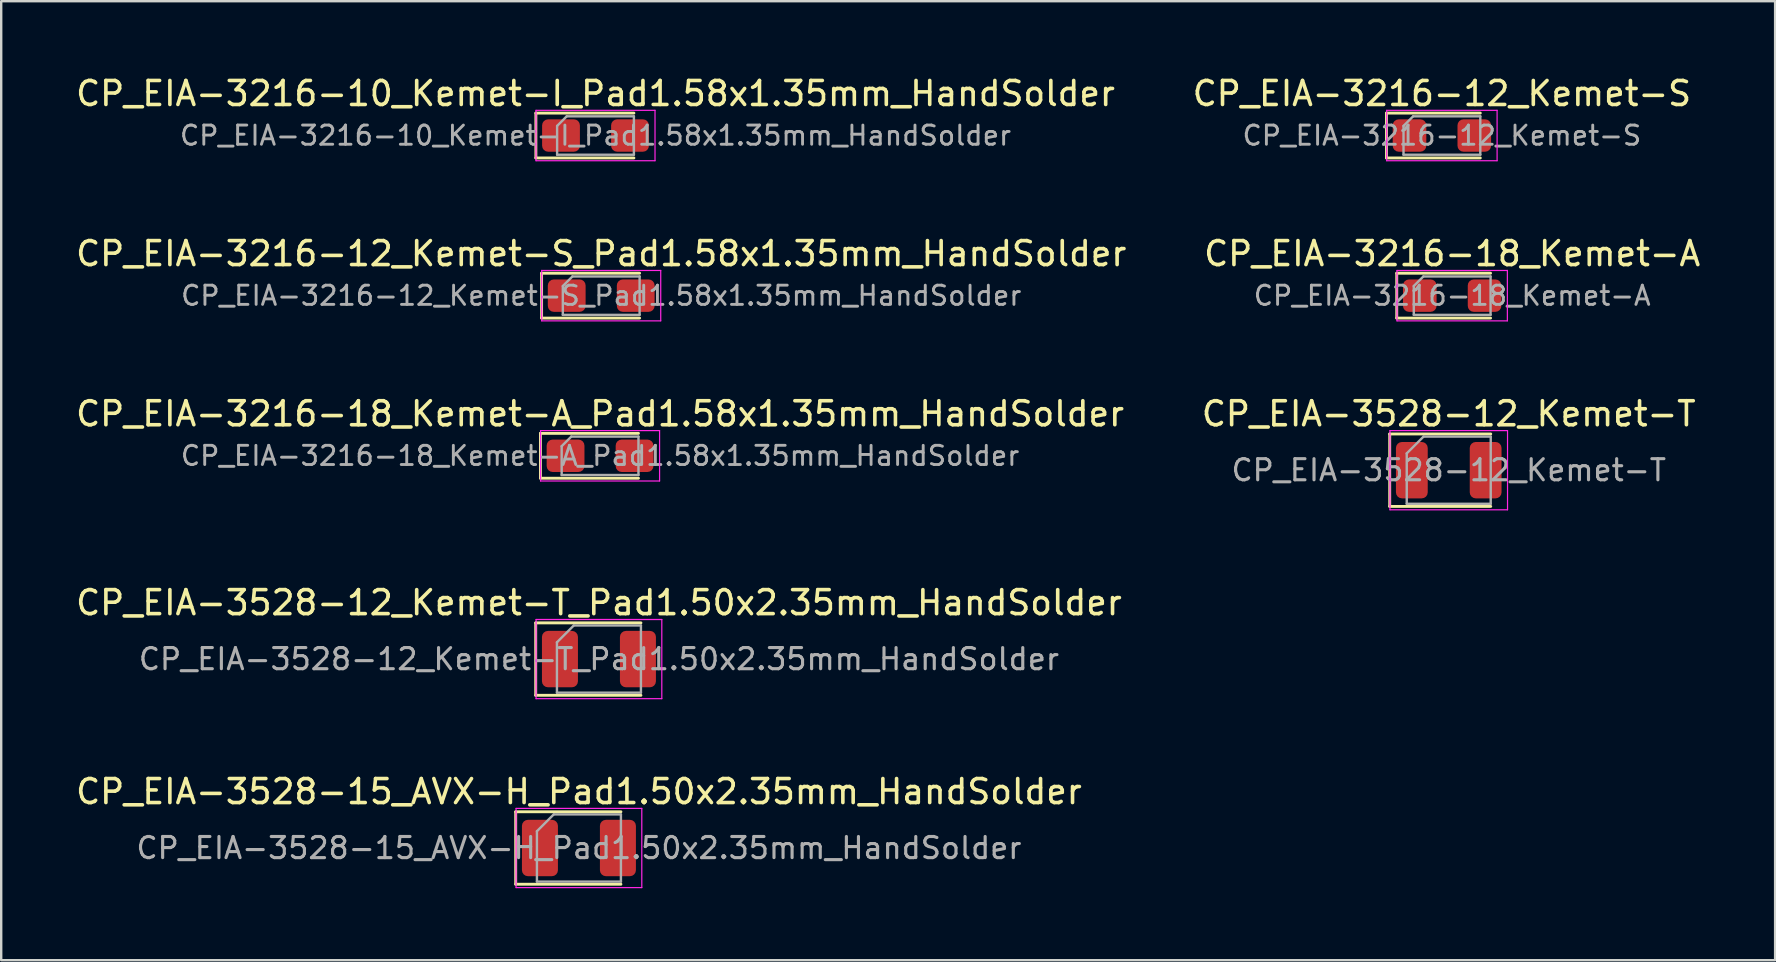
<source format=kicad_pcb>
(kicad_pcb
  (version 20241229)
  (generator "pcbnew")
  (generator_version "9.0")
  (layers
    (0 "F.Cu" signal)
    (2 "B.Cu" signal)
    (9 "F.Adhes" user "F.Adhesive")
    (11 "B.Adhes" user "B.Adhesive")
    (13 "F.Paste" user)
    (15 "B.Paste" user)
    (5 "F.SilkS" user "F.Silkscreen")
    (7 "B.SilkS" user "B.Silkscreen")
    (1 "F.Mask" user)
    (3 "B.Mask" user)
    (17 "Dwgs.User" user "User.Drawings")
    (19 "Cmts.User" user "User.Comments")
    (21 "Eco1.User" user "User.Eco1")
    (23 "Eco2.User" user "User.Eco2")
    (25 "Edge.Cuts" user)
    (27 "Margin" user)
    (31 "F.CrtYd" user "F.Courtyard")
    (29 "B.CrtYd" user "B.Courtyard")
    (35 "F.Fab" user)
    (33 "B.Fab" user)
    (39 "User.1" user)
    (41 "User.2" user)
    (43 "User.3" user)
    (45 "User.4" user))
  (footprint "CP_EIA-3528-12_Kemet-T_Pad1.50x2.35mm_HandSolder"
    (layer "F.Cu")
    (at 21.911 24.418)
    (property "Reference" "CP_EIA-3528-12_Kemet-T_Pad1.50x2.35mm_HandSolder" (at 0 -2.35 0) (layer "F.SilkS") (effects (font (size 1 1) (thickness 0.15))))
    (attr smd)
    (fp_line (start -2.635 -1.51) (end -2.635 1.51) (stroke (width 0.12) (type solid)) (layer "F.SilkS"))
    (fp_line (start -2.635 1.51) (end 1.75 1.51) (stroke (width 0.12) (type solid)) (layer "F.SilkS"))
    (fp_line (start 1.75 -1.51) (end -2.635 -1.51) (stroke (width 0.12) (type solid)) (layer "F.SilkS"))
    (fp_line (start -2.62 -1.65) (end 2.62 -1.65) (stroke (width 0.05) (type solid)) (layer "F.CrtYd"))
    (fp_line (start -2.62 1.65) (end -2.62 -1.65) (stroke (width 0.05) (type solid)) (layer "F.CrtYd"))
    (fp_line (start 2.62 -1.65) (end 2.62 1.65) (stroke (width 0.05) (type solid)) (layer "F.CrtYd"))
    (fp_line (start 2.62 1.65) (end -2.62 1.65) (stroke (width 0.05) (type solid)) (layer "F.CrtYd"))
    (fp_line (start -1.75 -0.7) (end -1.75 1.4) (stroke (width 0.1) (type solid)) (layer "F.Fab"))
    (fp_line (start -1.75 1.4) (end 1.75 1.4) (stroke (width 0.1) (type solid)) (layer "F.Fab"))
    (fp_line (start -1.05 -1.4) (end -1.75 -0.7) (stroke (width 0.1) (type solid)) (layer "F.Fab"))
    (fp_line (start 1.75 -1.4) (end -1.05 -1.4) (stroke (width 0.1) (type solid)) (layer "F.Fab"))
    (fp_line (start 1.75 1.4) (end 1.75 -1.4) (stroke (width 0.1) (type solid)) (layer "F.Fab"))
    (fp_text user "${REFERENCE}" (at 0 0 0) (layer "F.Fab") (effects (font (size 0.88 0.88) (thickness 0.13))))
    (pad "1" smd roundrect (at -1.625 0) (size 1.5 2.35) (layers "F.Cu" "F.Mask" "F.Paste") (roundrect_rratio 0.167))
    (pad "2" smd roundrect (at 1.625 0) (size 1.5 2.35) (layers "F.Cu" "F.Mask" "F.Paste") (roundrect_rratio 0.167)))
  (footprint "CP_EIA-3216-18_Kemet-A"
    (layer "F.Cu")
    (at 57.47 9.271)
    (property "Reference" "CP_EIA-3216-18_Kemet-A" (at 0 -1.75 0) (layer "F.SilkS") (effects (font (size 1 1) (thickness 0.15))))
    (attr smd)
    (fp_line (start -2.31 -0.935) (end -2.31 0.935) (stroke (width 0.12) (type solid)) (layer "F.SilkS"))
    (fp_line (start -2.31 0.935) (end 1.6 0.935) (stroke (width 0.12) (type solid)) (layer "F.SilkS"))
    (fp_line (start 1.6 -0.935) (end -2.31 -0.935) (stroke (width 0.12) (type solid)) (layer "F.SilkS"))
    (fp_line (start -2.3 -1.05) (end 2.3 -1.05) (stroke (width 0.05) (type solid)) (layer "F.CrtYd"))
    (fp_line (start -2.3 1.05) (end -2.3 -1.05) (stroke (width 0.05) (type solid)) (layer "F.CrtYd"))
    (fp_line (start 2.3 -1.05) (end 2.3 1.05) (stroke (width 0.05) (type solid)) (layer "F.CrtYd"))
    (fp_line (start 2.3 1.05) (end -2.3 1.05) (stroke (width 0.05) (type solid)) (layer "F.CrtYd"))
    (fp_line (start -1.6 -0.4) (end -1.6 0.8) (stroke (width 0.1) (type solid)) (layer "F.Fab"))
    (fp_line (start -1.6 0.8) (end 1.6 0.8) (stroke (width 0.1) (type solid)) (layer "F.Fab"))
    (fp_line (start -1.2 -0.8) (end -1.6 -0.4) (stroke (width 0.1) (type solid)) (layer "F.Fab"))
    (fp_line (start 1.6 -0.8) (end -1.2 -0.8) (stroke (width 0.1) (type solid)) (layer "F.Fab"))
    (fp_line (start 1.6 0.8) (end 1.6 -0.8) (stroke (width 0.1) (type solid)) (layer "F.Fab"))
    (fp_text user "${REFERENCE}" (at 0 0 0) (layer "F.Fab") (effects (font (size 0.8 0.8) (thickness 0.12))))
    (pad "1" smd roundrect (at -1.35 0) (size 1.4 1.35) (layers "F.Cu" "F.Mask" "F.Paste") (roundrect_rratio 0.185))
    (pad "2" smd roundrect (at 1.35 0) (size 1.4 1.35) (layers "F.Cu" "F.Mask" "F.Paste") (roundrect_rratio 0.185)))
  (footprint "CP_EIA-3216-12_Kemet-S"
    (layer "F.Cu")
    (at 57.042 2.598)
    (property "Reference" "CP_EIA-3216-12_Kemet-S" (at 0 -1.75 0) (layer "F.SilkS") (effects (font (size 1 1) (thickness 0.15))))
    (attr smd)
    (fp_line (start -2.31 -0.935) (end -2.31 0.935) (stroke (width 0.12) (type solid)) (layer "F.SilkS"))
    (fp_line (start -2.31 0.935) (end 1.6 0.935) (stroke (width 0.12) (type solid)) (layer "F.SilkS"))
    (fp_line (start 1.6 -0.935) (end -2.31 -0.935) (stroke (width 0.12) (type solid)) (layer "F.SilkS"))
    (fp_line (start -2.3 -1.05) (end 2.3 -1.05) (stroke (width 0.05) (type solid)) (layer "F.CrtYd"))
    (fp_line (start -2.3 1.05) (end -2.3 -1.05) (stroke (width 0.05) (type solid)) (layer "F.CrtYd"))
    (fp_line (start 2.3 -1.05) (end 2.3 1.05) (stroke (width 0.05) (type solid)) (layer "F.CrtYd"))
    (fp_line (start 2.3 1.05) (end -2.3 1.05) (stroke (width 0.05) (type solid)) (layer "F.CrtYd"))
    (fp_line (start -1.6 -0.4) (end -1.6 0.8) (stroke (width 0.1) (type solid)) (layer "F.Fab"))
    (fp_line (start -1.6 0.8) (end 1.6 0.8) (stroke (width 0.1) (type solid)) (layer "F.Fab"))
    (fp_line (start -1.2 -0.8) (end -1.6 -0.4) (stroke (width 0.1) (type solid)) (layer "F.Fab"))
    (fp_line (start 1.6 -0.8) (end -1.2 -0.8) (stroke (width 0.1) (type solid)) (layer "F.Fab"))
    (fp_line (start 1.6 0.8) (end 1.6 -0.8) (stroke (width 0.1) (type solid)) (layer "F.Fab"))
    (fp_text user "${REFERENCE}" (at 0 0 0) (layer "F.Fab") (effects (font (size 0.8 0.8) (thickness 0.12))))
    (pad "1" smd roundrect (at -1.35 0) (size 1.4 1.35) (layers "F.Cu" "F.Mask" "F.Paste") (roundrect_rratio 0.185))
    (pad "2" smd roundrect (at 1.35 0) (size 1.4 1.35) (layers "F.Cu" "F.Mask" "F.Paste") (roundrect_rratio 0.185)))
  (footprint "CP_EIA-3216-10_Kemet-I_Pad1.58x1.35mm_HandSolder"
    (layer "F.Cu")
    (at 21.768 2.598)
    (property "Reference" "CP_EIA-3216-10_Kemet-I_Pad1.58x1.35mm_HandSolder" (at 0 -1.75 0) (layer "F.SilkS") (effects (font (size 1 1) (thickness 0.15))))
    (attr smd)
    (fp_line (start -2.485 -0.935) (end -2.485 0.935) (stroke (width 0.12) (type solid)) (layer "F.SilkS"))
    (fp_line (start -2.485 0.935) (end 1.6 0.935) (stroke (width 0.12) (type solid)) (layer "F.SilkS"))
    (fp_line (start 1.6 -0.935) (end -2.485 -0.935) (stroke (width 0.12) (type solid)) (layer "F.SilkS"))
    (fp_line (start -2.48 -1.05) (end 2.48 -1.05) (stroke (width 0.05) (type solid)) (layer "F.CrtYd"))
    (fp_line (start -2.48 1.05) (end -2.48 -1.05) (stroke (width 0.05) (type solid)) (layer "F.CrtYd"))
    (fp_line (start 2.48 -1.05) (end 2.48 1.05) (stroke (width 0.05) (type solid)) (layer "F.CrtYd"))
    (fp_line (start 2.48 1.05) (end -2.48 1.05) (stroke (width 0.05) (type solid)) (layer "F.CrtYd"))
    (fp_line (start -1.6 -0.4) (end -1.6 0.8) (stroke (width 0.1) (type solid)) (layer "F.Fab"))
    (fp_line (start -1.6 0.8) (end 1.6 0.8) (stroke (width 0.1) (type solid)) (layer "F.Fab"))
    (fp_line (start -1.2 -0.8) (end -1.6 -0.4) (stroke (width 0.1) (type solid)) (layer "F.Fab"))
    (fp_line (start 1.6 -0.8) (end -1.2 -0.8) (stroke (width 0.1) (type solid)) (layer "F.Fab"))
    (fp_line (start 1.6 0.8) (end 1.6 -0.8) (stroke (width 0.1) (type solid)) (layer "F.Fab"))
    (fp_text user "${REFERENCE}" (at 0 0 0) (layer "F.Fab") (effects (font (size 0.8 0.8) (thickness 0.12))))
    (pad "1" smd roundrect (at -1.438 0) (size 1.575 1.35) (layers "F.Cu" "F.Mask" "F.Paste") (roundrect_rratio 0.185))
    (pad "2" smd roundrect (at 1.438 0) (size 1.575 1.35) (layers "F.Cu" "F.Mask" "F.Paste") (roundrect_rratio 0.185)))
  (footprint "CP_EIA-3528-15_AVX-H_Pad1.50x2.35mm_HandSolder"
    (layer "F.Cu")
    (at 21.077 32.291)
    (property "Reference" "CP_EIA-3528-15_AVX-H_Pad1.50x2.35mm_HandSolder" (at 0 -2.35 0) (layer "F.SilkS") (effects (font (size 1 1) (thickness 0.15))))
    (attr smd)
    (fp_line (start -2.635 -1.51) (end -2.635 1.51) (stroke (width 0.12) (type solid)) (layer "F.SilkS"))
    (fp_line (start -2.635 1.51) (end 1.75 1.51) (stroke (width 0.12) (type solid)) (layer "F.SilkS"))
    (fp_line (start 1.75 -1.51) (end -2.635 -1.51) (stroke (width 0.12) (type solid)) (layer "F.SilkS"))
    (fp_line (start -2.62 -1.65) (end 2.62 -1.65) (stroke (width 0.05) (type solid)) (layer "F.CrtYd"))
    (fp_line (start -2.62 1.65) (end -2.62 -1.65) (stroke (width 0.05) (type solid)) (layer "F.CrtYd"))
    (fp_line (start 2.62 -1.65) (end 2.62 1.65) (stroke (width 0.05) (type solid)) (layer "F.CrtYd"))
    (fp_line (start 2.62 1.65) (end -2.62 1.65) (stroke (width 0.05) (type solid)) (layer "F.CrtYd"))
    (fp_line (start -1.75 -0.7) (end -1.75 1.4) (stroke (width 0.1) (type solid)) (layer "F.Fab"))
    (fp_line (start -1.75 1.4) (end 1.75 1.4) (stroke (width 0.1) (type solid)) (layer "F.Fab"))
    (fp_line (start -1.05 -1.4) (end -1.75 -0.7) (stroke (width 0.1) (type solid)) (layer "F.Fab"))
    (fp_line (start 1.75 -1.4) (end -1.05 -1.4) (stroke (width 0.1) (type solid)) (layer "F.Fab"))
    (fp_line (start 1.75 1.4) (end 1.75 -1.4) (stroke (width 0.1) (type solid)) (layer "F.Fab"))
    (fp_text user "${REFERENCE}" (at 0 0 0) (layer "F.Fab") (effects (font (size 0.88 0.88) (thickness 0.13))))
    (pad "1" smd roundrect (at -1.625 0) (size 1.5 2.35) (layers "F.Cu" "F.Mask" "F.Paste") (roundrect_rratio 0.167))
    (pad "2" smd roundrect (at 1.625 0) (size 1.5 2.35) (layers "F.Cu" "F.Mask" "F.Paste") (roundrect_rratio 0.167)))
  (footprint "CP_EIA-3528-12_Kemet-T"
    (layer "F.Cu")
    (at 57.327 16.545)
    (property "Reference" "CP_EIA-3528-12_Kemet-T" (at 0 -2.35 0) (layer "F.SilkS") (effects (font (size 1 1) (thickness 0.15))))
    (attr smd)
    (fp_line (start -2.46 -1.51) (end -2.46 1.51) (stroke (width 0.12) (type solid)) (layer "F.SilkS"))
    (fp_line (start -2.46 1.51) (end 1.75 1.51) (stroke (width 0.12) (type solid)) (layer "F.SilkS"))
    (fp_line (start 1.75 -1.51) (end -2.46 -1.51) (stroke (width 0.12) (type solid)) (layer "F.SilkS"))
    (fp_line (start -2.45 -1.65) (end 2.45 -1.65) (stroke (width 0.05) (type solid)) (layer "F.CrtYd"))
    (fp_line (start -2.45 1.65) (end -2.45 -1.65) (stroke (width 0.05) (type solid)) (layer "F.CrtYd"))
    (fp_line (start 2.45 -1.65) (end 2.45 1.65) (stroke (width 0.05) (type solid)) (layer "F.CrtYd"))
    (fp_line (start 2.45 1.65) (end -2.45 1.65) (stroke (width 0.05) (type solid)) (layer "F.CrtYd"))
    (fp_line (start -1.75 -0.7) (end -1.75 1.4) (stroke (width 0.1) (type solid)) (layer "F.Fab"))
    (fp_line (start -1.75 1.4) (end 1.75 1.4) (stroke (width 0.1) (type solid)) (layer "F.Fab"))
    (fp_line (start -1.05 -1.4) (end -1.75 -0.7) (stroke (width 0.1) (type solid)) (layer "F.Fab"))
    (fp_line (start 1.75 -1.4) (end -1.05 -1.4) (stroke (width 0.1) (type solid)) (layer "F.Fab"))
    (fp_line (start 1.75 1.4) (end 1.75 -1.4) (stroke (width 0.1) (type solid)) (layer "F.Fab"))
    (fp_text user "${REFERENCE}" (at 0 0 0) (layer "F.Fab") (effects (font (size 0.88 0.88) (thickness 0.13))))
    (pad "1" smd roundrect (at -1.538 0) (size 1.325 2.35) (layers "F.Cu" "F.Mask" "F.Paste") (roundrect_rratio 0.189))
    (pad "2" smd roundrect (at 1.538 0) (size 1.325 2.35) (layers "F.Cu" "F.Mask" "F.Paste") (roundrect_rratio 0.189)))
  (footprint "CP_EIA-3216-18_Kemet-A_Pad1.58x1.35mm_HandSolder"
    (layer "F.Cu")
    (at 21.958 15.945)
    (property "Reference" "CP_EIA-3216-18_Kemet-A_Pad1.58x1.35mm_HandSolder" (at 0 -1.75 0) (layer "F.SilkS") (effects (font (size 1 1) (thickness 0.15))))
    (attr smd)
    (fp_line (start -2.485 -0.935) (end -2.485 0.935) (stroke (width 0.12) (type solid)) (layer "F.SilkS"))
    (fp_line (start -2.485 0.935) (end 1.6 0.935) (stroke (width 0.12) (type solid)) (layer "F.SilkS"))
    (fp_line (start 1.6 -0.935) (end -2.485 -0.935) (stroke (width 0.12) (type solid)) (layer "F.SilkS"))
    (fp_line (start -2.48 -1.05) (end 2.48 -1.05) (stroke (width 0.05) (type solid)) (layer "F.CrtYd"))
    (fp_line (start -2.48 1.05) (end -2.48 -1.05) (stroke (width 0.05) (type solid)) (layer "F.CrtYd"))
    (fp_line (start 2.48 -1.05) (end 2.48 1.05) (stroke (width 0.05) (type solid)) (layer "F.CrtYd"))
    (fp_line (start 2.48 1.05) (end -2.48 1.05) (stroke (width 0.05) (type solid)) (layer "F.CrtYd"))
    (fp_line (start -1.6 -0.4) (end -1.6 0.8) (stroke (width 0.1) (type solid)) (layer "F.Fab"))
    (fp_line (start -1.6 0.8) (end 1.6 0.8) (stroke (width 0.1) (type solid)) (layer "F.Fab"))
    (fp_line (start -1.2 -0.8) (end -1.6 -0.4) (stroke (width 0.1) (type solid)) (layer "F.Fab"))
    (fp_line (start 1.6 -0.8) (end -1.2 -0.8) (stroke (width 0.1) (type solid)) (layer "F.Fab"))
    (fp_line (start 1.6 0.8) (end 1.6 -0.8) (stroke (width 0.1) (type solid)) (layer "F.Fab"))
    (fp_text user "${REFERENCE}" (at 0 0 0) (layer "F.Fab") (effects (font (size 0.8 0.8) (thickness 0.12))))
    (pad "1" smd roundrect (at -1.438 0) (size 1.575 1.35) (layers "F.Cu" "F.Mask" "F.Paste") (roundrect_rratio 0.185))
    (pad "2" smd roundrect (at 1.438 0) (size 1.575 1.35) (layers "F.Cu" "F.Mask" "F.Paste") (roundrect_rratio 0.185)))
  (footprint "CP_EIA-3216-12_Kemet-S_Pad1.58x1.35mm_HandSolder"
    (layer "F.Cu")
    (at 22.006 9.271)
    (property "Reference" "CP_EIA-3216-12_Kemet-S_Pad1.58x1.35mm_HandSolder" (at 0 -1.75 0) (layer "F.SilkS") (effects (font (size 1 1) (thickness 0.15))))
    (attr smd)
    (fp_line (start -2.485 -0.935) (end -2.485 0.935) (stroke (width 0.12) (type solid)) (layer "F.SilkS"))
    (fp_line (start -2.485 0.935) (end 1.6 0.935) (stroke (width 0.12) (type solid)) (layer "F.SilkS"))
    (fp_line (start 1.6 -0.935) (end -2.485 -0.935) (stroke (width 0.12) (type solid)) (layer "F.SilkS"))
    (fp_line (start -2.48 -1.05) (end 2.48 -1.05) (stroke (width 0.05) (type solid)) (layer "F.CrtYd"))
    (fp_line (start -2.48 1.05) (end -2.48 -1.05) (stroke (width 0.05) (type solid)) (layer "F.CrtYd"))
    (fp_line (start 2.48 -1.05) (end 2.48 1.05) (stroke (width 0.05) (type solid)) (layer "F.CrtYd"))
    (fp_line (start 2.48 1.05) (end -2.48 1.05) (stroke (width 0.05) (type solid)) (layer "F.CrtYd"))
    (fp_line (start -1.6 -0.4) (end -1.6 0.8) (stroke (width 0.1) (type solid)) (layer "F.Fab"))
    (fp_line (start -1.6 0.8) (end 1.6 0.8) (stroke (width 0.1) (type solid)) (layer "F.Fab"))
    (fp_line (start -1.2 -0.8) (end -1.6 -0.4) (stroke (width 0.1) (type solid)) (layer "F.Fab"))
    (fp_line (start 1.6 -0.8) (end -1.2 -0.8) (stroke (width 0.1) (type solid)) (layer "F.Fab"))
    (fp_line (start 1.6 0.8) (end 1.6 -0.8) (stroke (width 0.1) (type solid)) (layer "F.Fab"))
    (fp_text user "${REFERENCE}" (at 0 0 0) (layer "F.Fab") (effects (font (size 0.8 0.8) (thickness 0.12))))
    (pad "1" smd roundrect (at -1.438 0) (size 1.575 1.35) (layers "F.Cu" "F.Mask" "F.Paste") (roundrect_rratio 0.185))
    (pad "2" smd roundrect (at 1.438 0) (size 1.575 1.35) (layers "F.Cu" "F.Mask" "F.Paste") (roundrect_rratio 0.185)))
  (gr_rect
    (start -3 -3)
    (end 70.929 36.966)
    (stroke (width 0.1) (type default))
    (fill no)
    (layer "Edge.Cuts")))
</source>
